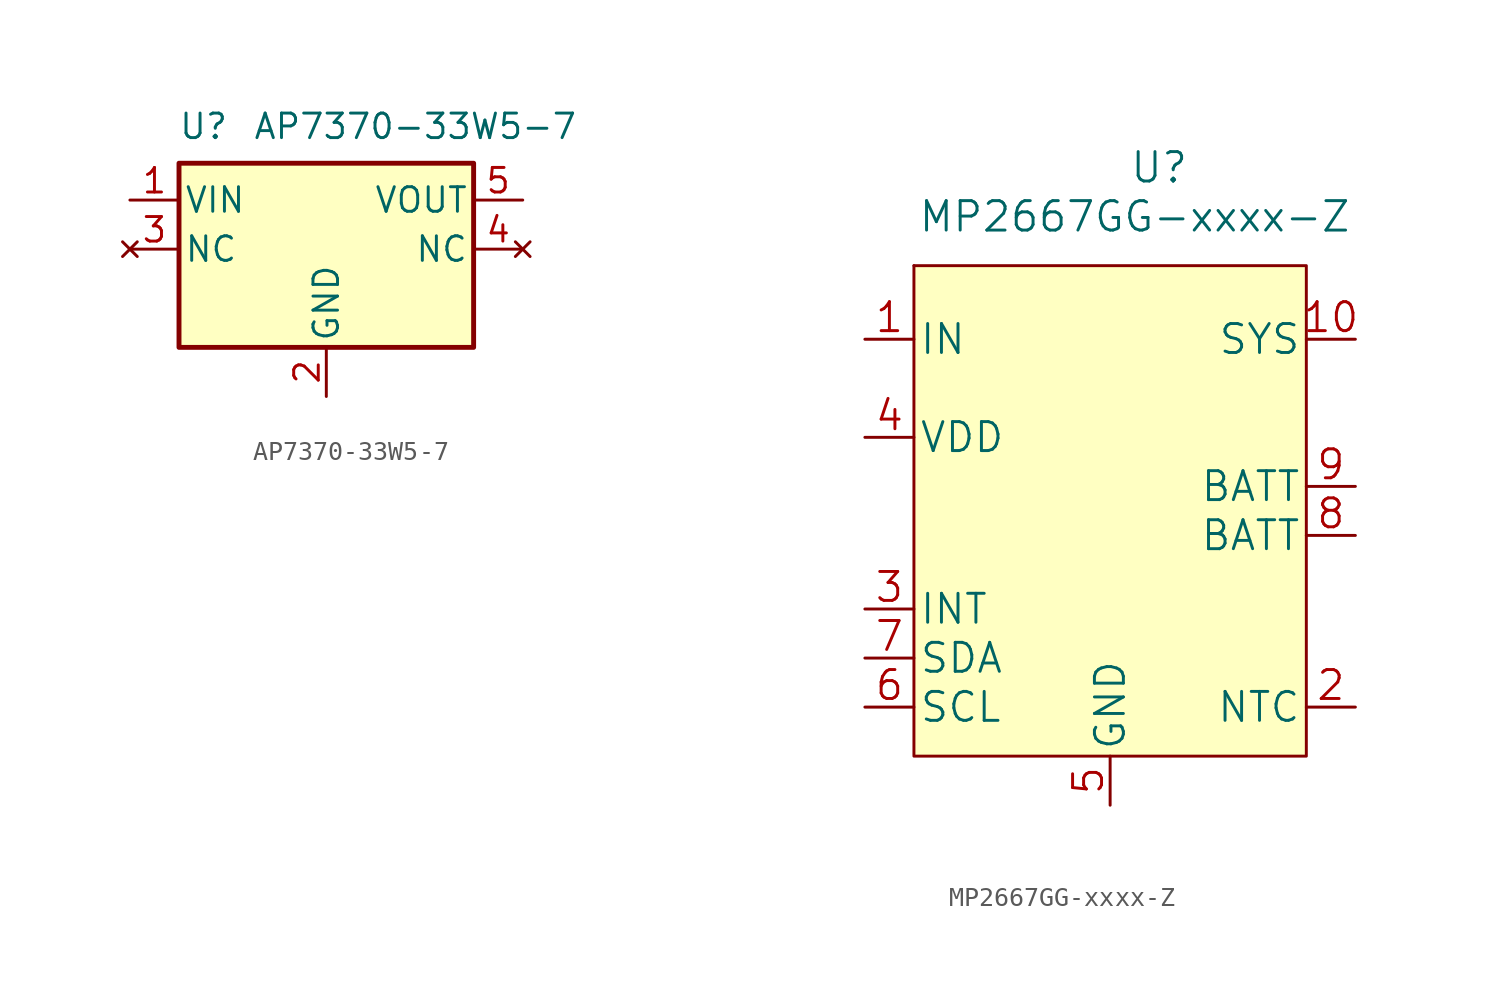
<source format=kicad_sym>
(kicad_symbol_lib
  (version 20220914)
  (generator kicad_symbol_editor)
  (symbol "AP7370-33W5-7"
    (pin_names
      (offset 0.254))
    (property "Reference" "U"
      (at -6.35 6.35 0)
      (effects (font (size 1.27 1.27))))
    (property "Value" "AP7370-33W5-7"
      (at -3.81 6.35 0)
      (effects (font (size 1.27 1.27)) (justify left)))
    (symbol "AP7370-33W5-7_0_1"
      (rectangle (start -7.62 4.445) (end 7.62 -5.08) (stroke (width 0.254) (type default)) (fill (type background))))
    (symbol "AP7370-33W5-7_1_1"
      (pin power_in line (at -10.16 2.54 0) (length 2.54) (name "VIN" (effects (font (size 1.27 1.27)))) (number "1" (effects (font (size 1.27 1.27)))))
      (pin power_in line (at 0 -7.62 90) (length 2.54) (name "GND" (effects (font (size 1.27 1.27)))) (number "2" (effects (font (size 1.27 1.27)))))
      (pin no_connect line (at -10.16 0 0) (length 2.54) (name "NC" (effects (font (size 1.27 1.27)))) (number "3" (effects (font (size 1.27 1.27)))))
      (pin no_connect line (at 10.16 0 180) (length 2.54) (name "NC" (effects (font (size 1.27 1.27)))) (number "4" (effects (font (size 1.27 1.27)))))
      (pin power_out line (at 10.16 2.54 180) (length 2.54) (name "VOUT" (effects (font (size 1.27 1.27)))) (number "5" (effects (font (size 1.27 1.27)))))))
  (symbol "MP2667GG-xxxx-Z"
    (pin_names
      (offset 0.254))
    (property "Reference" "U"
      (at 2.54 17.78 0)
      (effects (font (size 1.524 1.524))))
    (property "Value" "MP2667GG-xxxx-Z"
      (at 1.27 15.24 0)
      (effects (font (size 1.524 1.524))))
    (property "Datasheet" ""
      (at -17.78 7.62 0)
      (effects (font (size 1.524 1.524))))
    (symbol "MP2667GG-xxxx-Z_0_1"
      (rectangle (start -10.16 12.7) (end -10.16 12.7) (stroke (width 0) (type default)) (fill (type background))))
    (symbol "MP2667GG-xxxx-Z_1_1"
      (rectangle (start -10.16 12.7) (end 10.16 -12.7) (stroke (width 0) (type default)) (fill (type background)))
      (pin power_in line (at -12.7 8.89 0) (length 2.54) (name "IN" (effects (font (size 1.499 1.499)))) (number "1" (effects (font (size 1.499 1.499)))))
      (pin power_in line (at 12.7 8.89 180) (length 2.54) (name "SYS" (effects (font (size 1.499 1.499)))) (number "10" (effects (font (size 1.499 1.499)))))
      (pin input line (at 12.7 -10.16 180) (length 2.54) (name "NTC" (effects (font (size 1.499 1.499)))) (number "2" (effects (font (size 1.499 1.499)))))
      (pin output line (at -12.7 -5.08 0) (length 2.54) (name "INT" (effects (font (size 1.499 1.499)))) (number "3" (effects (font (size 1.499 1.499)))))
      (pin input line (at -12.7 3.81 0) (length 2.54) (name "VDD" (effects (font (size 1.499 1.499)))) (number "4" (effects (font (size 1.499 1.499)))))
      (pin power_in line (at 0 -15.24 90) (length 2.54) (name "GND" (effects (font (size 1.499 1.499)))) (number "5" (effects (font (size 1.499 1.499)))))
      (pin bidirectional line (at -12.7 -10.16 0) (length 2.54) (name "SCL" (effects (font (size 1.499 1.499)))) (number "6" (effects (font (size 1.499 1.499)))))
      (pin bidirectional line (at -12.7 -7.62 0) (length 2.54) (name "SDA" (effects (font (size 1.499 1.499)))) (number "7" (effects (font (size 1.499 1.499)))))
      (pin power_in line (at 12.7 -1.27 180) (length 2.54) (name "BATT" (effects (font (size 1.499 1.499)))) (number "8" (effects (font (size 1.499 1.499)))))
      (pin power_in line (at 12.7 1.27 180) (length 2.54) (name "BATT" (effects (font (size 1.499 1.499)))) (number "9" (effects (font (size 1.499 1.499))))))))
</source>
